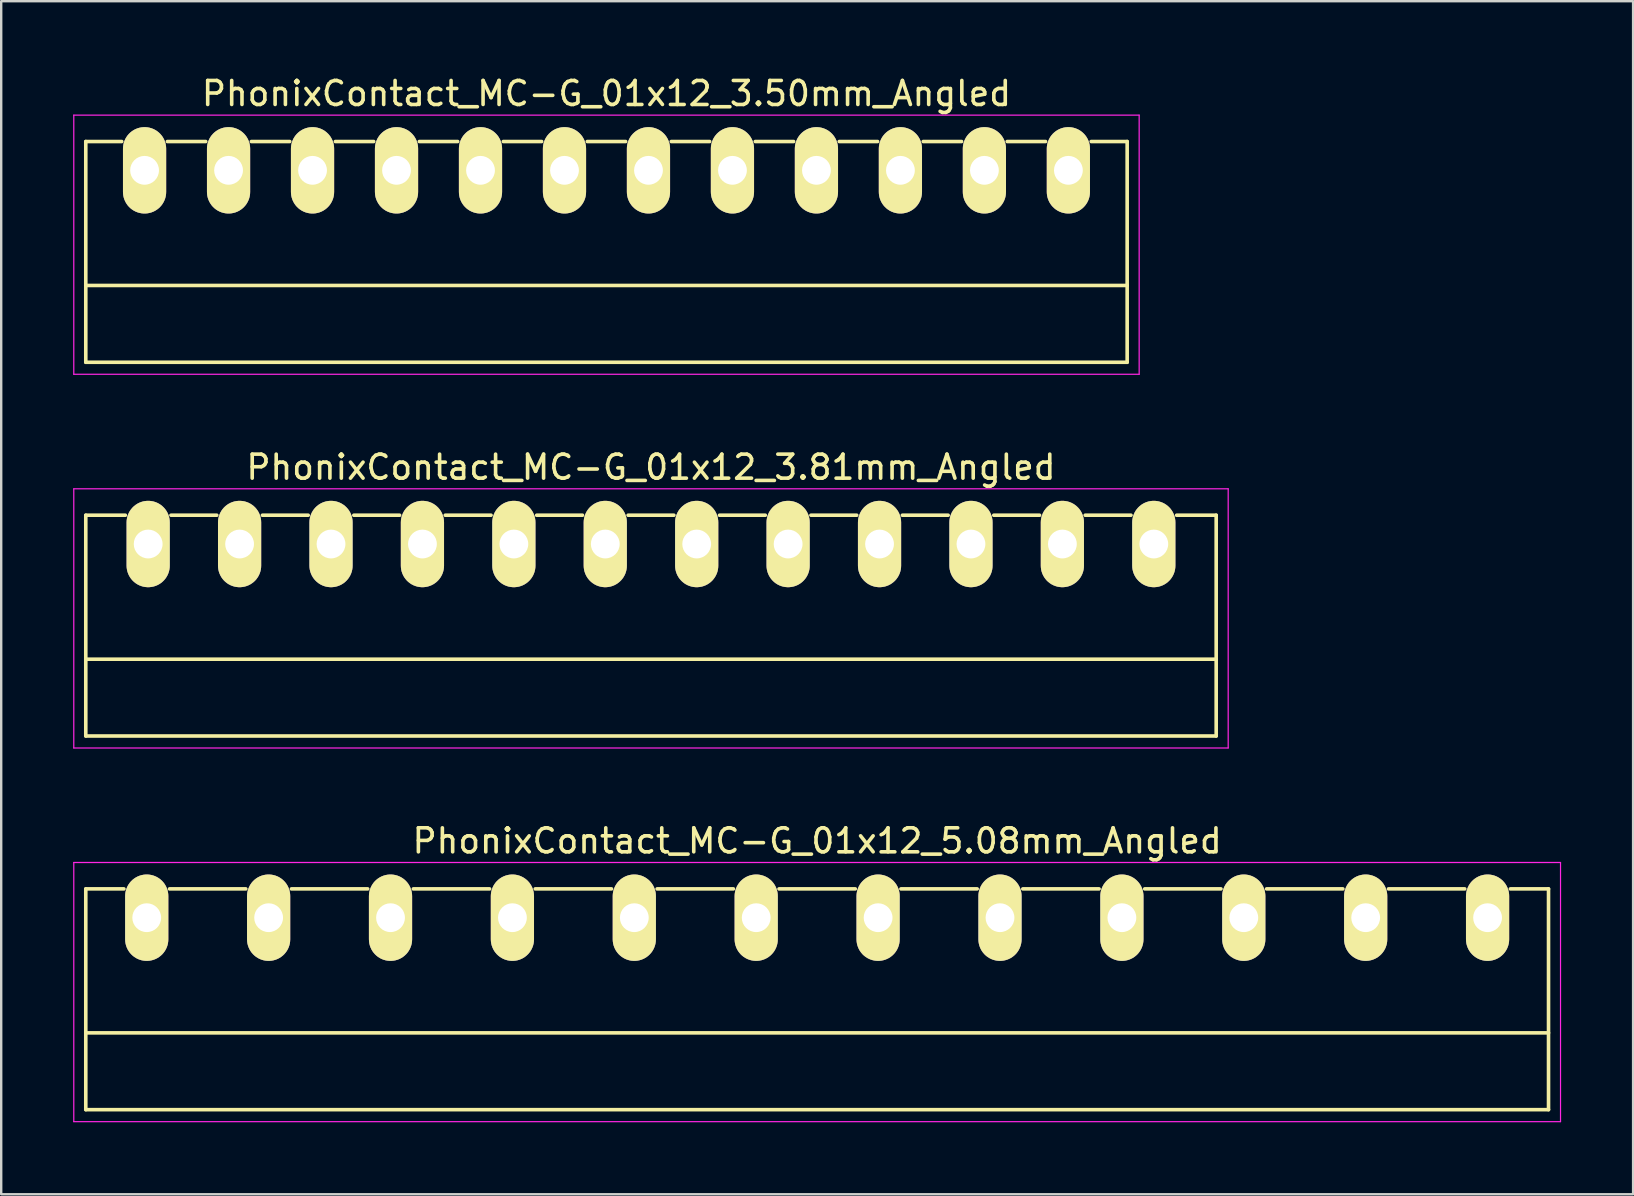
<source format=kicad_pcb>
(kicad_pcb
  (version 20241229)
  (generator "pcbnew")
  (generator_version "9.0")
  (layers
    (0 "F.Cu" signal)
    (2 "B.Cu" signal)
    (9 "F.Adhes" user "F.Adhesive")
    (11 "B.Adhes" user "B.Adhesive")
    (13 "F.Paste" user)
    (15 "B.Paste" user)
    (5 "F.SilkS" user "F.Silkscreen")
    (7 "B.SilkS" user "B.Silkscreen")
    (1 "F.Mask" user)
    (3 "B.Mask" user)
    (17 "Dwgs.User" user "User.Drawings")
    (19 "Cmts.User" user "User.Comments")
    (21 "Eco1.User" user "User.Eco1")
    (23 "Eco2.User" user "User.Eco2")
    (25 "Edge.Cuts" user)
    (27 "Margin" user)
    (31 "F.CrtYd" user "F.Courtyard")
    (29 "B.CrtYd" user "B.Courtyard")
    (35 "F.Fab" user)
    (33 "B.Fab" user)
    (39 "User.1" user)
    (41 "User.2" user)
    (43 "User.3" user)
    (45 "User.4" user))
  (footprint "PhonixContact_MC-G_01x12_5.08mm_Angled"
    (layer "F.Cu")
    (at 3.065 35.195)
    (property "Reference" "PhonixContact_MC-G_01x12_5.08mm_Angled" (at 27.94 -3.2 0) (layer "F.SilkS") (effects (font (size 1 1) (thickness 0.15))))
    (attr through_hole)
    (fp_line (start -2.54 -1.2) (end -2.54 8) (stroke (width 0.15) (type solid)) (layer "F.SilkS"))
    (fp_line (start -2.54 -1.2) (end -0.95 -1.2) (stroke (width 0.15) (type solid)) (layer "F.SilkS"))
    (fp_line (start -2.54 4.8) (end 58.42 4.8) (stroke (width 0.15) (type solid)) (layer "F.SilkS"))
    (fp_line (start -2.54 8) (end 58.42 8) (stroke (width 0.15) (type solid)) (layer "F.SilkS"))
    (fp_line (start 0.95 -1.2) (end 4.13 -1.2) (stroke (width 0.15) (type solid)) (layer "F.SilkS"))
    (fp_line (start 6.03 -1.2) (end 9.21 -1.2) (stroke (width 0.15) (type solid)) (layer "F.SilkS"))
    (fp_line (start 11.11 -1.2) (end 14.29 -1.2) (stroke (width 0.15) (type solid)) (layer "F.SilkS"))
    (fp_line (start 16.19 -1.2) (end 19.37 -1.2) (stroke (width 0.15) (type solid)) (layer "F.SilkS"))
    (fp_line (start 21.27 -1.2) (end 24.45 -1.2) (stroke (width 0.15) (type solid)) (layer "F.SilkS"))
    (fp_line (start 26.35 -1.2) (end 29.53 -1.2) (stroke (width 0.15) (type solid)) (layer "F.SilkS"))
    (fp_line (start 31.43 -1.2) (end 34.61 -1.2) (stroke (width 0.15) (type solid)) (layer "F.SilkS"))
    (fp_line (start 36.51 -1.2) (end 39.69 -1.2) (stroke (width 0.15) (type solid)) (layer "F.SilkS"))
    (fp_line (start 41.59 -1.2) (end 44.77 -1.2) (stroke (width 0.15) (type solid)) (layer "F.SilkS"))
    (fp_line (start 46.67 -1.2) (end 49.85 -1.2) (stroke (width 0.15) (type solid)) (layer "F.SilkS"))
    (fp_line (start 51.75 -1.2) (end 54.93 -1.2) (stroke (width 0.15) (type solid)) (layer "F.SilkS"))
    (fp_line (start 58.42 -1.2) (end 56.83 -1.2) (stroke (width 0.15) (type solid)) (layer "F.SilkS"))
    (fp_line (start 58.42 8) (end 58.42 -1.2) (stroke (width 0.15) (type solid)) (layer "F.SilkS"))
    (fp_line (start -3.04 -2.3) (end -3.04 8.5) (stroke (width 0.05) (type solid)) (layer "F.CrtYd"))
    (fp_line (start -3.04 8.5) (end 58.92 8.5) (stroke (width 0.05) (type solid)) (layer "F.CrtYd"))
    (fp_line (start 58.92 -2.3) (end -3.04 -2.3) (stroke (width 0.05) (type solid)) (layer "F.CrtYd"))
    (fp_line (start 58.92 8.5) (end 58.92 -2.3) (stroke (width 0.05) (type solid)) (layer "F.CrtYd"))
    (pad "1" thru_hole oval (at 0 0) (size 1.8 3.6) (drill 1.2) (layers "*.Cu" "*.Mask" "F.SilkS"))
    (pad "2" thru_hole oval (at 5.08 0) (size 1.8 3.6) (drill 1.2) (layers "*.Cu" "*.Mask" "F.SilkS"))
    (pad "3" thru_hole oval (at 10.16 0) (size 1.8 3.6) (drill 1.2) (layers "*.Cu" "*.Mask" "F.SilkS"))
    (pad "4" thru_hole oval (at 15.24 0) (size 1.8 3.6) (drill 1.2) (layers "*.Cu" "*.Mask" "F.SilkS"))
    (pad "5" thru_hole oval (at 20.32 0) (size 1.8 3.6) (drill 1.2) (layers "*.Cu" "*.Mask" "F.SilkS"))
    (pad "6" thru_hole oval (at 25.4 0) (size 1.8 3.6) (drill 1.2) (layers "*.Cu" "*.Mask" "F.SilkS"))
    (pad "7" thru_hole oval (at 30.48 0) (size 1.8 3.6) (drill 1.2) (layers "*.Cu" "*.Mask" "F.SilkS"))
    (pad "8" thru_hole oval (at 35.56 0) (size 1.8 3.6) (drill 1.2) (layers "*.Cu" "*.Mask" "F.SilkS"))
    (pad "9" thru_hole oval (at 40.64 0) (size 1.8 3.6) (drill 1.2) (layers "*.Cu" "*.Mask" "F.SilkS"))
    (pad "10" thru_hole oval (at 45.72 0) (size 1.8 3.6) (drill 1.2) (layers "*.Cu" "*.Mask" "F.SilkS"))
    (pad "11" thru_hole oval (at 50.8 0) (size 1.8 3.6) (drill 1.2) (layers "*.Cu" "*.Mask" "F.SilkS"))
    (pad "12" thru_hole oval (at 55.88 0) (size 1.8 3.6) (drill 1.2) (layers "*.Cu" "*.Mask" "F.SilkS")))
  (footprint "PhonixContact_MC-G_01x12_3.81mm_Angled"
    (layer "F.Cu")
    (at 3.125 19.622)
    (property "Reference" "PhonixContact_MC-G_01x12_3.81mm_Angled" (at 20.955 -3.2 0) (layer "F.SilkS") (effects (font (size 1 1) (thickness 0.15))))
    (attr through_hole)
    (fp_line (start -2.6 -1.2) (end -2.6 8) (stroke (width 0.15) (type solid)) (layer "F.SilkS"))
    (fp_line (start -2.6 -1.2) (end -0.95 -1.2) (stroke (width 0.15) (type solid)) (layer "F.SilkS"))
    (fp_line (start -2.6 4.8) (end 44.51 4.8) (stroke (width 0.15) (type solid)) (layer "F.SilkS"))
    (fp_line (start -2.6 8) (end 44.51 8) (stroke (width 0.15) (type solid)) (layer "F.SilkS"))
    (fp_line (start 0.95 -1.2) (end 2.86 -1.2) (stroke (width 0.15) (type solid)) (layer "F.SilkS"))
    (fp_line (start 4.76 -1.2) (end 6.67 -1.2) (stroke (width 0.15) (type solid)) (layer "F.SilkS"))
    (fp_line (start 8.57 -1.2) (end 10.48 -1.2) (stroke (width 0.15) (type solid)) (layer "F.SilkS"))
    (fp_line (start 12.38 -1.2) (end 14.29 -1.2) (stroke (width 0.15) (type solid)) (layer "F.SilkS"))
    (fp_line (start 16.19 -1.2) (end 18.1 -1.2) (stroke (width 0.15) (type solid)) (layer "F.SilkS"))
    (fp_line (start 20 -1.2) (end 21.91 -1.2) (stroke (width 0.15) (type solid)) (layer "F.SilkS"))
    (fp_line (start 23.81 -1.2) (end 25.72 -1.2) (stroke (width 0.15) (type solid)) (layer "F.SilkS"))
    (fp_line (start 27.62 -1.2) (end 29.53 -1.2) (stroke (width 0.15) (type solid)) (layer "F.SilkS"))
    (fp_line (start 31.43 -1.2) (end 33.34 -1.2) (stroke (width 0.15) (type solid)) (layer "F.SilkS"))
    (fp_line (start 35.24 -1.2) (end 37.15 -1.2) (stroke (width 0.15) (type solid)) (layer "F.SilkS"))
    (fp_line (start 39.05 -1.2) (end 40.96 -1.2) (stroke (width 0.15) (type solid)) (layer "F.SilkS"))
    (fp_line (start 44.51 -1.2) (end 42.86 -1.2) (stroke (width 0.15) (type solid)) (layer "F.SilkS"))
    (fp_line (start 44.51 8) (end 44.51 -1.2) (stroke (width 0.15) (type solid)) (layer "F.SilkS"))
    (fp_line (start -3.1 -2.3) (end -3.1 8.5) (stroke (width 0.05) (type solid)) (layer "F.CrtYd"))
    (fp_line (start -3.1 8.5) (end 45.01 8.5) (stroke (width 0.05) (type solid)) (layer "F.CrtYd"))
    (fp_line (start 45.01 -2.3) (end -3.1 -2.3) (stroke (width 0.05) (type solid)) (layer "F.CrtYd"))
    (fp_line (start 45.01 8.5) (end 45.01 -2.3) (stroke (width 0.05) (type solid)) (layer "F.CrtYd"))
    (pad "1" thru_hole oval (at 0 0) (size 1.8 3.6) (drill 1.2) (layers "*.Cu" "*.Mask" "F.SilkS"))
    (pad "2" thru_hole oval (at 3.81 0) (size 1.8 3.6) (drill 1.2) (layers "*.Cu" "*.Mask" "F.SilkS"))
    (pad "3" thru_hole oval (at 7.62 0) (size 1.8 3.6) (drill 1.2) (layers "*.Cu" "*.Mask" "F.SilkS"))
    (pad "4" thru_hole oval (at 11.43 0) (size 1.8 3.6) (drill 1.2) (layers "*.Cu" "*.Mask" "F.SilkS"))
    (pad "5" thru_hole oval (at 15.24 0) (size 1.8 3.6) (drill 1.2) (layers "*.Cu" "*.Mask" "F.SilkS"))
    (pad "6" thru_hole oval (at 19.05 0) (size 1.8 3.6) (drill 1.2) (layers "*.Cu" "*.Mask" "F.SilkS"))
    (pad "7" thru_hole oval (at 22.86 0) (size 1.8 3.6) (drill 1.2) (layers "*.Cu" "*.Mask" "F.SilkS"))
    (pad "8" thru_hole oval (at 26.67 0) (size 1.8 3.6) (drill 1.2) (layers "*.Cu" "*.Mask" "F.SilkS"))
    (pad "9" thru_hole oval (at 30.48 0) (size 1.8 3.6) (drill 1.2) (layers "*.Cu" "*.Mask" "F.SilkS"))
    (pad "10" thru_hole oval (at 34.29 0) (size 1.8 3.6) (drill 1.2) (layers "*.Cu" "*.Mask" "F.SilkS"))
    (pad "11" thru_hole oval (at 38.1 0) (size 1.8 3.6) (drill 1.2) (layers "*.Cu" "*.Mask" "F.SilkS"))
    (pad "12" thru_hole oval (at 41.91 0) (size 1.8 3.6) (drill 1.2) (layers "*.Cu" "*.Mask" "F.SilkS")))
  (footprint "PhonixContact_MC-G_01x12_3.50mm_Angled"
    (layer "F.Cu")
    (at 2.975 4.048)
    (property "Reference" "PhonixContact_MC-G_01x12_3.50mm_Angled" (at 19.25 -3.2 0) (layer "F.SilkS") (effects (font (size 1 1) (thickness 0.15))))
    (attr through_hole)
    (fp_line (start -2.45 -1.2) (end -2.45 8) (stroke (width 0.15) (type solid)) (layer "F.SilkS"))
    (fp_line (start -2.45 -1.2) (end -0.95 -1.2) (stroke (width 0.15) (type solid)) (layer "F.SilkS"))
    (fp_line (start -2.45 4.8) (end 40.95 4.8) (stroke (width 0.15) (type solid)) (layer "F.SilkS"))
    (fp_line (start -2.45 8) (end 40.95 8) (stroke (width 0.15) (type solid)) (layer "F.SilkS"))
    (fp_line (start 0.95 -1.2) (end 2.55 -1.2) (stroke (width 0.15) (type solid)) (layer "F.SilkS"))
    (fp_line (start 4.45 -1.2) (end 6.05 -1.2) (stroke (width 0.15) (type solid)) (layer "F.SilkS"))
    (fp_line (start 7.95 -1.2) (end 9.55 -1.2) (stroke (width 0.15) (type solid)) (layer "F.SilkS"))
    (fp_line (start 11.45 -1.2) (end 13.05 -1.2) (stroke (width 0.15) (type solid)) (layer "F.SilkS"))
    (fp_line (start 14.95 -1.2) (end 16.55 -1.2) (stroke (width 0.15) (type solid)) (layer "F.SilkS"))
    (fp_line (start 18.45 -1.2) (end 20.05 -1.2) (stroke (width 0.15) (type solid)) (layer "F.SilkS"))
    (fp_line (start 21.95 -1.2) (end 23.55 -1.2) (stroke (width 0.15) (type solid)) (layer "F.SilkS"))
    (fp_line (start 25.45 -1.2) (end 27.05 -1.2) (stroke (width 0.15) (type solid)) (layer "F.SilkS"))
    (fp_line (start 28.95 -1.2) (end 30.55 -1.2) (stroke (width 0.15) (type solid)) (layer "F.SilkS"))
    (fp_line (start 32.45 -1.2) (end 34.05 -1.2) (stroke (width 0.15) (type solid)) (layer "F.SilkS"))
    (fp_line (start 35.95 -1.2) (end 37.55 -1.2) (stroke (width 0.15) (type solid)) (layer "F.SilkS"))
    (fp_line (start 40.95 -1.2) (end 39.45 -1.2) (stroke (width 0.15) (type solid)) (layer "F.SilkS"))
    (fp_line (start 40.95 8) (end 40.95 -1.2) (stroke (width 0.15) (type solid)) (layer "F.SilkS"))
    (fp_line (start -2.95 -2.3) (end -2.95 8.5) (stroke (width 0.05) (type solid)) (layer "F.CrtYd"))
    (fp_line (start -2.95 8.5) (end 41.45 8.5) (stroke (width 0.05) (type solid)) (layer "F.CrtYd"))
    (fp_line (start 41.45 -2.3) (end -2.95 -2.3) (stroke (width 0.05) (type solid)) (layer "F.CrtYd"))
    (fp_line (start 41.45 8.5) (end 41.45 -2.3) (stroke (width 0.05) (type solid)) (layer "F.CrtYd"))
    (pad "1" thru_hole oval (at 0 0) (size 1.8 3.6) (drill 1.2) (layers "*.Cu" "*.Mask" "F.SilkS"))
    (pad "2" thru_hole oval (at 3.5 0) (size 1.8 3.6) (drill 1.2) (layers "*.Cu" "*.Mask" "F.SilkS"))
    (pad "3" thru_hole oval (at 7 0) (size 1.8 3.6) (drill 1.2) (layers "*.Cu" "*.Mask" "F.SilkS"))
    (pad "4" thru_hole oval (at 10.5 0) (size 1.8 3.6) (drill 1.2) (layers "*.Cu" "*.Mask" "F.SilkS"))
    (pad "5" thru_hole oval (at 14 0) (size 1.8 3.6) (drill 1.2) (layers "*.Cu" "*.Mask" "F.SilkS"))
    (pad "6" thru_hole oval (at 17.5 0) (size 1.8 3.6) (drill 1.2) (layers "*.Cu" "*.Mask" "F.SilkS"))
    (pad "7" thru_hole oval (at 21 0) (size 1.8 3.6) (drill 1.2) (layers "*.Cu" "*.Mask" "F.SilkS"))
    (pad "8" thru_hole oval (at 24.5 0) (size 1.8 3.6) (drill 1.2) (layers "*.Cu" "*.Mask" "F.SilkS"))
    (pad "9" thru_hole oval (at 28 0) (size 1.8 3.6) (drill 1.2) (layers "*.Cu" "*.Mask" "F.SilkS"))
    (pad "10" thru_hole oval (at 31.5 0) (size 1.8 3.6) (drill 1.2) (layers "*.Cu" "*.Mask" "F.SilkS"))
    (pad "11" thru_hole oval (at 35 0) (size 1.8 3.6) (drill 1.2) (layers "*.Cu" "*.Mask" "F.SilkS"))
    (pad "12" thru_hole oval (at 38.5 0) (size 1.8 3.6) (drill 1.2) (layers "*.Cu" "*.Mask" "F.SilkS")))
  (gr_rect
    (start -3 -3)
    (end 65.01 46.72)
    (stroke (width 0.1) (type default))
    (fill no)
    (layer "Edge.Cuts")))
</source>
